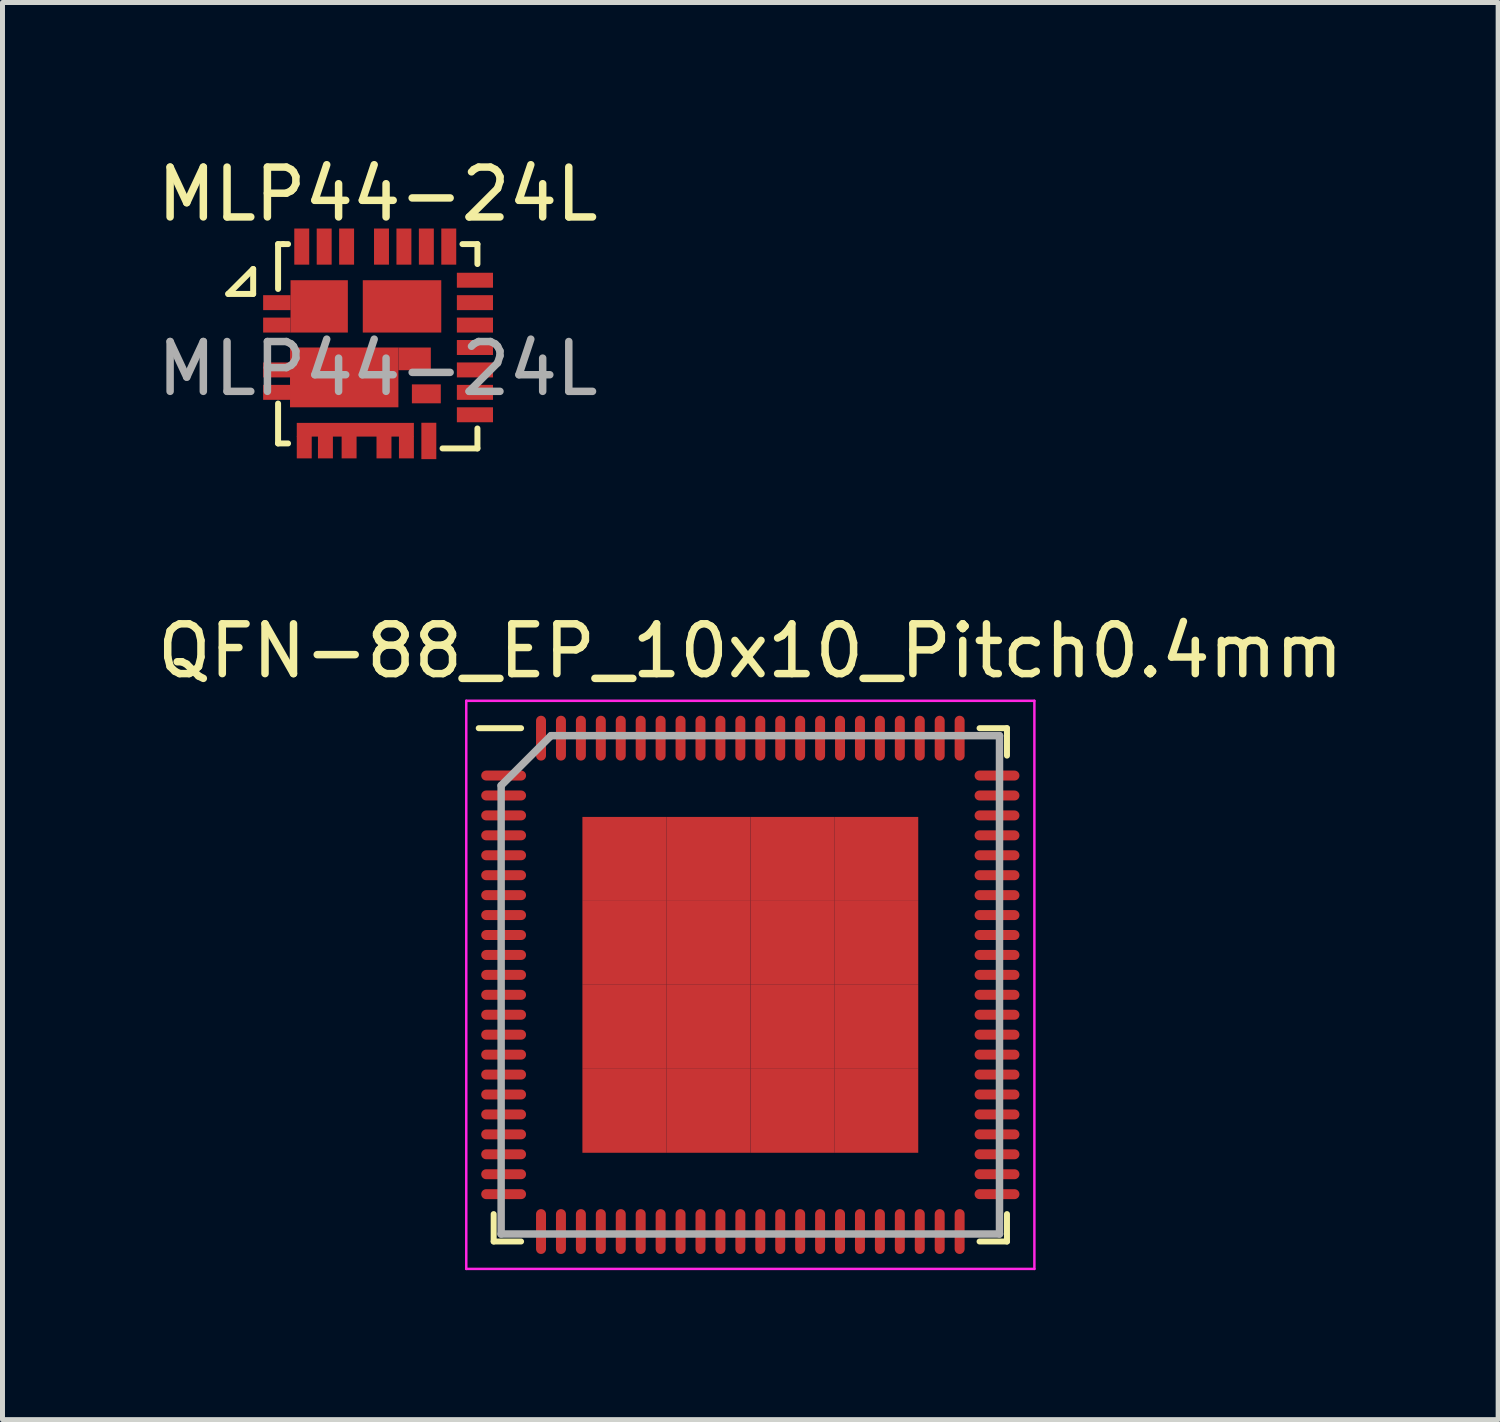
<source format=kicad_pcb>
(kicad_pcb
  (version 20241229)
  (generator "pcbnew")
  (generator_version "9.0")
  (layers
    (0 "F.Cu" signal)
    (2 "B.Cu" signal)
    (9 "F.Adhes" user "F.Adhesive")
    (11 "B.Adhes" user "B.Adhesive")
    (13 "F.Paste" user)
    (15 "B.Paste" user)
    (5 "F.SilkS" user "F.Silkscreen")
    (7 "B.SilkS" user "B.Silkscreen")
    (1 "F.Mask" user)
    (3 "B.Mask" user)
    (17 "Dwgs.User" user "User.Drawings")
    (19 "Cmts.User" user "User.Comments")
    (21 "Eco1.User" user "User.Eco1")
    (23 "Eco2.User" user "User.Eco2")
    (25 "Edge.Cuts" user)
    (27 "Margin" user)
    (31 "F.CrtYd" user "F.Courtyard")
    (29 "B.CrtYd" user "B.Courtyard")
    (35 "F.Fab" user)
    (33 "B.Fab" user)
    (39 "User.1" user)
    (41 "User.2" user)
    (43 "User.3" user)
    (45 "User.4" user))
  (footprint "QFN-88_EP_10x10_Pitch0.4mm"
    (layer "F.Cu")
    (at 12.006 16.712)
    (property "Reference" "QFN-88_EP_10x10_Pitch0.4mm" (at 0 -6.7 0) (layer "F.SilkS") (effects (font (size 1 1) (thickness 0.15))))
    (attr through_hole)
    (fp_line (start -5.15 5.15) (end -5.15 4.6) (stroke (width 0.12) (type solid)) (layer "F.SilkS"))
    (fp_line (start -4.6 -5.15) (end -5.45 -5.15) (stroke (width 0.12) (type solid)) (layer "F.SilkS"))
    (fp_line (start -4.6 5.15) (end -5.15 5.15) (stroke (width 0.12) (type solid)) (layer "F.SilkS"))
    (fp_line (start 4.6 -5.15) (end 5.15 -5.15) (stroke (width 0.12) (type solid)) (layer "F.SilkS"))
    (fp_line (start 4.6 5.15) (end 5.15 5.15) (stroke (width 0.12) (type solid)) (layer "F.SilkS"))
    (fp_line (start 5.15 -5.15) (end 5.15 -4.6) (stroke (width 0.12) (type solid)) (layer "F.SilkS"))
    (fp_line (start 5.15 5.15) (end 5.15 4.6) (stroke (width 0.12) (type solid)) (layer "F.SilkS"))
    (fp_line (start -5.7 -5.7) (end 5.7 -5.7) (stroke (width 0.05) (type solid)) (layer "F.CrtYd"))
    (fp_line (start -5.7 5.7) (end -5.7 -5.7) (stroke (width 0.05) (type solid)) (layer "F.CrtYd"))
    (fp_line (start 5.7 -5.7) (end 5.7 5.7) (stroke (width 0.05) (type solid)) (layer "F.CrtYd"))
    (fp_line (start 5.7 5.7) (end -5.7 5.7) (stroke (width 0.05) (type solid)) (layer "F.CrtYd"))
    (fp_line (start -5 -4) (end -5 5) (stroke (width 0.15) (type solid)) (layer "F.Fab"))
    (fp_line (start -5 5) (end 5 5) (stroke (width 0.15) (type solid)) (layer "F.Fab"))
    (fp_line (start -4 -5) (end -5 -4) (stroke (width 0.15) (type solid)) (layer "F.Fab"))
    (fp_line (start 5 -5) (end -4 -5) (stroke (width 0.15) (type solid)) (layer "F.Fab"))
    (fp_line (start 5 5) (end 5 -5) (stroke (width 0.15) (type solid)) (layer "F.Fab"))
    (pad "1" smd oval (at -4.95 -4.2 90) (size 0.2 0.9) (layers "F.Cu" "F.Mask" "F.Paste"))
    (pad "2" smd oval (at -4.95 -3.8 90) (size 0.2 0.9) (layers "F.Cu" "F.Mask" "F.Paste"))
    (pad "3" smd oval (at -4.95 -3.4 90) (size 0.2 0.9) (layers "F.Cu" "F.Mask" "F.Paste"))
    (pad "4" smd oval (at -4.95 -3 90) (size 0.2 0.9) (layers "F.Cu" "F.Mask" "F.Paste"))
    (pad "5" smd oval (at -4.95 -2.6 90) (size 0.2 0.9) (layers "F.Cu" "F.Mask" "F.Paste"))
    (pad "6" smd oval (at -4.95 -2.2 90) (size 0.2 0.9) (layers "F.Cu" "F.Mask" "F.Paste"))
    (pad "7" smd oval (at -4.95 -1.8 90) (size 0.2 0.9) (layers "F.Cu" "F.Mask" "F.Paste"))
    (pad "8" smd oval (at -4.95 -1.4 90) (size 0.2 0.9) (layers "F.Cu" "F.Mask" "F.Paste"))
    (pad "9" smd oval (at -4.95 -1 90) (size 0.2 0.9) (layers "F.Cu" "F.Mask" "F.Paste"))
    (pad "10" smd oval (at -4.95 -0.6 90) (size 0.2 0.9) (layers "F.Cu" "F.Mask" "F.Paste"))
    (pad "11" smd oval (at -4.95 -0.2 90) (size 0.2 0.9) (layers "F.Cu" "F.Mask" "F.Paste"))
    (pad "12" smd oval (at -4.95 0.2 90) (size 0.2 0.9) (layers "F.Cu" "F.Mask" "F.Paste"))
    (pad "13" smd oval (at -4.95 0.6 90) (size 0.2 0.9) (layers "F.Cu" "F.Mask" "F.Paste"))
    (pad "14" smd oval (at -4.95 1 90) (size 0.2 0.9) (layers "F.Cu" "F.Mask" "F.Paste"))
    (pad "15" smd oval (at -4.95 1.4 90) (size 0.2 0.9) (layers "F.Cu" "F.Mask" "F.Paste"))
    (pad "16" smd oval (at -4.95 1.8 90) (size 0.2 0.9) (layers "F.Cu" "F.Mask" "F.Paste"))
    (pad "17" smd oval (at -4.95 2.2 90) (size 0.2 0.9) (layers "F.Cu" "F.Mask" "F.Paste"))
    (pad "18" smd oval (at -4.95 2.6 90) (size 0.2 0.9) (layers "F.Cu" "F.Mask" "F.Paste"))
    (pad "19" smd oval (at -4.95 3 90) (size 0.2 0.9) (layers "F.Cu" "F.Mask" "F.Paste"))
    (pad "20" smd oval (at -4.95 3.4 90) (size 0.2 0.9) (layers "F.Cu" "F.Mask" "F.Paste"))
    (pad "21" smd oval (at -4.95 3.8 90) (size 0.2 0.9) (layers "F.Cu" "F.Mask" "F.Paste"))
    (pad "22" smd oval (at -4.95 4.2 90) (size 0.2 0.9) (layers "F.Cu" "F.Mask" "F.Paste"))
    (pad "23" smd oval (at -4.2 4.95) (size 0.2 0.9) (layers "F.Cu" "F.Mask" "F.Paste"))
    (pad "24" smd oval (at -3.8 4.95) (size 0.2 0.9) (layers "F.Cu" "F.Mask" "F.Paste"))
    (pad "25" smd oval (at -3.4 4.95) (size 0.2 0.9) (layers "F.Cu" "F.Mask" "F.Paste"))
    (pad "26" smd oval (at -3 4.95) (size 0.2 0.9) (layers "F.Cu" "F.Mask" "F.Paste"))
    (pad "27" smd oval (at -2.6 4.95) (size 0.2 0.9) (layers "F.Cu" "F.Mask" "F.Paste"))
    (pad "28" smd oval (at -2.2 4.95) (size 0.2 0.9) (layers "F.Cu" "F.Mask" "F.Paste"))
    (pad "29" smd oval (at -1.8 4.95) (size 0.2 0.9) (layers "F.Cu" "F.Mask" "F.Paste"))
    (pad "30" smd oval (at -1.4 4.95) (size 0.2 0.9) (layers "F.Cu" "F.Mask" "F.Paste"))
    (pad "31" smd oval (at -1 4.95) (size 0.2 0.9) (layers "F.Cu" "F.Mask" "F.Paste"))
    (pad "32" smd oval (at -0.6 4.95) (size 0.2 0.9) (layers "F.Cu" "F.Mask" "F.Paste"))
    (pad "33" smd oval (at -0.2 4.95) (size 0.2 0.9) (layers "F.Cu" "F.Mask" "F.Paste"))
    (pad "34" smd oval (at 0.2 4.95) (size 0.2 0.9) (layers "F.Cu" "F.Mask" "F.Paste"))
    (pad "35" smd oval (at 0.6 4.95) (size 0.2 0.9) (layers "F.Cu" "F.Mask" "F.Paste"))
    (pad "36" smd oval (at 1 4.95) (size 0.2 0.9) (layers "F.Cu" "F.Mask" "F.Paste"))
    (pad "37" smd oval (at 1.4 4.95) (size 0.2 0.9) (layers "F.Cu" "F.Mask" "F.Paste"))
    (pad "38" smd oval (at 1.8 4.95) (size 0.2 0.9) (layers "F.Cu" "F.Mask" "F.Paste"))
    (pad "39" smd oval (at 2.2 4.95) (size 0.2 0.9) (layers "F.Cu" "F.Mask" "F.Paste"))
    (pad "40" smd oval (at 2.6 4.95) (size 0.2 0.9) (layers "F.Cu" "F.Mask" "F.Paste"))
    (pad "41" smd oval (at 3 4.95) (size 0.2 0.9) (layers "F.Cu" "F.Mask" "F.Paste"))
    (pad "42" smd oval (at 3.4 4.95) (size 0.2 0.9) (layers "F.Cu" "F.Mask" "F.Paste"))
    (pad "43" smd oval (at 3.8 4.95) (size 0.2 0.9) (layers "F.Cu" "F.Mask" "F.Paste"))
    (pad "44" smd oval (at 4.2 4.95) (size 0.2 0.9) (layers "F.Cu" "F.Mask" "F.Paste"))
    (pad "45" smd oval (at 4.95 4.2 90) (size 0.2 0.9) (layers "F.Cu" "F.Mask" "F.Paste"))
    (pad "46" smd oval (at 4.95 3.8 90) (size 0.2 0.9) (layers "F.Cu" "F.Mask" "F.Paste"))
    (pad "47" smd oval (at 4.95 3.4 90) (size 0.2 0.9) (layers "F.Cu" "F.Mask" "F.Paste"))
    (pad "48" smd oval (at 4.95 3 90) (size 0.2 0.9) (layers "F.Cu" "F.Mask" "F.Paste"))
    (pad "49" smd oval (at 4.95 2.6 90) (size 0.2 0.9) (layers "F.Cu" "F.Mask" "F.Paste"))
    (pad "50" smd oval (at 4.95 2.2 90) (size 0.2 0.9) (layers "F.Cu" "F.Mask" "F.Paste"))
    (pad "51" smd oval (at 4.95 1.8 90) (size 0.2 0.9) (layers "F.Cu" "F.Mask" "F.Paste"))
    (pad "52" smd oval (at 4.95 1.4 90) (size 0.2 0.9) (layers "F.Cu" "F.Mask" "F.Paste"))
    (pad "53" smd oval (at 4.95 1 90) (size 0.2 0.9) (layers "F.Cu" "F.Mask" "F.Paste"))
    (pad "54" smd oval (at 4.95 0.6 90) (size 0.2 0.9) (layers "F.Cu" "F.Mask" "F.Paste"))
    (pad "55" smd oval (at 4.95 0.2 90) (size 0.2 0.9) (layers "F.Cu" "F.Mask" "F.Paste"))
    (pad "56" smd oval (at 4.95 -0.2 90) (size 0.2 0.9) (layers "F.Cu" "F.Mask" "F.Paste"))
    (pad "57" smd oval (at 4.95 -0.6 90) (size 0.2 0.9) (layers "F.Cu" "F.Mask" "F.Paste"))
    (pad "58" smd oval (at 4.95 -1 90) (size 0.2 0.9) (layers "F.Cu" "F.Mask" "F.Paste"))
    (pad "59" smd oval (at 4.95 -1.4 90) (size 0.2 0.9) (layers "F.Cu" "F.Mask" "F.Paste"))
    (pad "60" smd oval (at 4.95 -1.8 90) (size 0.2 0.9) (layers "F.Cu" "F.Mask" "F.Paste"))
    (pad "61" smd oval (at 4.95 -2.2 90) (size 0.2 0.9) (layers "F.Cu" "F.Mask" "F.Paste"))
    (pad "62" smd oval (at 4.95 -2.6 90) (size 0.2 0.9) (layers "F.Cu" "F.Mask" "F.Paste"))
    (pad "63" smd oval (at 4.95 -3 90) (size 0.2 0.9) (layers "F.Cu" "F.Mask" "F.Paste"))
    (pad "64" smd oval (at 4.95 -3.4 90) (size 0.2 0.9) (layers "F.Cu" "F.Mask" "F.Paste"))
    (pad "65" smd oval (at 4.95 -3.8 90) (size 0.2 0.9) (layers "F.Cu" "F.Mask" "F.Paste"))
    (pad "66" smd oval (at 4.95 -4.2 90) (size 0.2 0.9) (layers "F.Cu" "F.Mask" "F.Paste"))
    (pad "67" smd oval (at 4.2 -4.95) (size 0.2 0.9) (layers "F.Cu" "F.Mask" "F.Paste"))
    (pad "68" smd oval (at 3.8 -4.95) (size 0.2 0.9) (layers "F.Cu" "F.Mask" "F.Paste"))
    (pad "69" smd oval (at 3.4 -4.95) (size 0.2 0.9) (layers "F.Cu" "F.Mask" "F.Paste"))
    (pad "70" smd oval (at 3 -4.95) (size 0.2 0.9) (layers "F.Cu" "F.Mask" "F.Paste"))
    (pad "71" smd oval (at 2.6 -4.95) (size 0.2 0.9) (layers "F.Cu" "F.Mask" "F.Paste"))
    (pad "72" smd oval (at 2.2 -4.95) (size 0.2 0.9) (layers "F.Cu" "F.Mask" "F.Paste"))
    (pad "73" smd oval (at 1.8 -4.95) (size 0.2 0.9) (layers "F.Cu" "F.Mask" "F.Paste"))
    (pad "74" smd oval (at 1.4 -4.95) (size 0.2 0.9) (layers "F.Cu" "F.Mask" "F.Paste"))
    (pad "75" smd oval (at 1 -4.95) (size 0.2 0.9) (layers "F.Cu" "F.Mask" "F.Paste"))
    (pad "76" smd oval (at 0.6 -4.95) (size 0.2 0.9) (layers "F.Cu" "F.Mask" "F.Paste"))
    (pad "77" smd oval (at 0.2 -4.95) (size 0.2 0.9) (layers "F.Cu" "F.Mask" "F.Paste"))
    (pad "78" smd oval (at -0.2 -4.95) (size 0.2 0.9) (layers "F.Cu" "F.Mask" "F.Paste"))
    (pad "79" smd oval (at -0.6 -4.95) (size 0.2 0.9) (layers "F.Cu" "F.Mask" "F.Paste"))
    (pad "80" smd oval (at -1 -4.95) (size 0.2 0.9) (layers "F.Cu" "F.Mask" "F.Paste"))
    (pad "81" smd oval (at -1.4 -4.95) (size 0.2 0.9) (layers "F.Cu" "F.Mask" "F.Paste"))
    (pad "82" smd oval (at -1.8 -4.95) (size 0.2 0.9) (layers "F.Cu" "F.Mask" "F.Paste"))
    (pad "83" smd oval (at -2.2 -4.95) (size 0.2 0.9) (layers "F.Cu" "F.Mask" "F.Paste"))
    (pad "84" smd oval (at -2.6 -4.95) (size 0.2 0.9) (layers "F.Cu" "F.Mask" "F.Paste"))
    (pad "85" smd oval (at -3 -4.95) (size 0.2 0.9) (layers "F.Cu" "F.Mask" "F.Paste"))
    (pad "86" smd oval (at -3.4 -4.95) (size 0.2 0.9) (layers "F.Cu" "F.Mask" "F.Paste"))
    (pad "87" smd oval (at -3.8 -4.95) (size 0.2 0.9) (layers "F.Cu" "F.Mask" "F.Paste"))
    (pad "88" smd oval (at -4.2 -4.95) (size 0.2 0.9) (layers "F.Cu" "F.Mask" "F.Paste"))
    (pad "89" smd rect (at -2.527 -2.527) (size 1.685 1.685) (layers "F.Cu" "F.Mask" "F.Paste"))
    (pad "89" smd rect (at -2.527 -0.843) (size 1.685 1.685) (layers "F.Cu" "F.Mask" "F.Paste"))
    (pad "89" smd rect (at -2.527 0.843) (size 1.685 1.685) (layers "F.Cu" "F.Mask" "F.Paste"))
    (pad "89" smd rect (at -2.527 2.527) (size 1.685 1.685) (layers "F.Cu" "F.Mask" "F.Paste"))
    (pad "89" smd rect (at -0.843 -2.527) (size 1.685 1.685) (layers "F.Cu" "F.Mask" "F.Paste"))
    (pad "89" smd rect (at -0.843 -0.843) (size 1.685 1.685) (layers "F.Cu" "F.Mask" "F.Paste"))
    (pad "89" smd rect (at -0.843 0.843) (size 1.685 1.685) (layers "F.Cu" "F.Mask" "F.Paste"))
    (pad "89" smd rect (at -0.843 2.527) (size 1.685 1.685) (layers "F.Cu" "F.Mask" "F.Paste"))
    (pad "89" smd rect (at 0.843 -2.527) (size 1.685 1.685) (layers "F.Cu" "F.Mask" "F.Paste"))
    (pad "89" smd rect (at 0.843 -0.843) (size 1.685 1.685) (layers "F.Cu" "F.Mask" "F.Paste"))
    (pad "89" smd rect (at 0.843 0.843) (size 1.685 1.685) (layers "F.Cu" "F.Mask" "F.Paste"))
    (pad "89" smd rect (at 0.843 2.527) (size 1.685 1.685) (layers "F.Cu" "F.Mask" "F.Paste"))
    (pad "89" smd rect (at 2.527 -2.527) (size 1.685 1.685) (layers "F.Cu" "F.Mask" "F.Paste"))
    (pad "89" smd rect (at 2.527 -0.843) (size 1.685 1.685) (layers "F.Cu" "F.Mask" "F.Paste"))
    (pad "89" smd rect (at 2.527 0.843) (size 1.685 1.685) (layers "F.Cu" "F.Mask" "F.Paste"))
    (pad "89" smd rect (at 2.527 2.527) (size 1.685 1.685) (layers "F.Cu" "F.Mask" "F.Paste")))
  (footprint "MLP44-24L"
    (layer "F.Cu")
    (at 2.53 1.848)
    (property "Reference" "MLP44-24L" (at 2 -1 0) (unlocked yes) (layer "F.SilkS") (effects (font (size 1 1) (thickness 0.15))))
    (attr smd)
    (fp_line (start -1 1) (end -0.5 0.5) (stroke (width 0.12) (type solid)) (layer "F.SilkS"))
    (fp_line (start -0.5 1) (end -1 1) (stroke (width 0.12) (type solid)) (layer "F.SilkS"))
    (fp_line (start -0.5 1) (end -0.5 0.5) (stroke (width 0.12) (type solid)) (layer "F.SilkS"))
    (fp_line (start 0 0) (end 0.1 0) (stroke (width 0.12) (type solid)) (layer "F.SilkS"))
    (fp_line (start 0 0.9) (end 0 0) (stroke (width 0.12) (type solid)) (layer "F.SilkS"))
    (fp_line (start 0 3.2) (end 0 4) (stroke (width 0.12) (type solid)) (layer "F.SilkS"))
    (fp_line (start 0 4) (end 0.2 4) (stroke (width 0.12) (type solid)) (layer "F.SilkS"))
    (fp_line (start 0.2 0) (end 0.1 0) (stroke (width 0.12) (type solid)) (layer "F.SilkS"))
    (fp_line (start 3.3 4.1) (end 4 4.1) (stroke (width 0.12) (type solid)) (layer "F.SilkS"))
    (fp_line (start 4 0) (end 3.7 0) (stroke (width 0.12) (type solid)) (layer "F.SilkS"))
    (fp_line (start 4 0.4) (end 4 0) (stroke (width 0.12) (type solid)) (layer "F.SilkS"))
    (fp_line (start 4 4.1) (end 4 3.7) (stroke (width 0.12) (type solid)) (layer "F.SilkS"))
    (fp_text user "${REFERENCE}" (at 2 2.5 0) (unlocked yes) (layer "F.Fab") (effects (font (size 1 1) (thickness 0.15))))
    (pad "1" smd rect (at -0.025 1.175) (size 0.55 0.3) (layers "F.Cu" "F.Mask" "F.Paste"))
    (pad "2" smd rect (at -0.025 1.625) (size 0.55 0.3) (layers "F.Cu" "F.Mask" "F.Paste"))
    (pad "3" smd rect (at -0.025 2.525) (size 0.55 0.3) (layers "F.Cu" "F.Mask" "F.Paste"))
    (pad "4" smd rect (at -0.025 2.975) (size 0.55 0.3) (layers "F.Cu" "F.Mask" "F.Paste"))
    (pad "5" smd rect (at 0.525 4.075 90) (size 0.45 0.3) (layers "F.Cu" "F.Mask" "F.Paste"))
    (pad "5" smd custom (at 1.55 3.725 180) (size 2.35 0.275) (layers "F.Cu" "F.Mask" "F.Paste") (options (anchor rect)) (primitives))
    (pad "6" smd rect (at 0.95 4.075 90) (size 0.45 0.3) (layers "F.Cu" "F.Mask" "F.Paste"))
    (pad "7" smd rect (at 1.425 4.075 90) (size 0.45 0.3) (layers "F.Cu" "F.Mask" "F.Paste"))
    (pad "8" smd rect (at 2.125 4.075 90) (size 0.45 0.3) (layers "F.Cu" "F.Mask" "F.Paste"))
    (pad "9" smd rect (at 2.575 4.075 90) (size 0.45 0.3) (layers "F.Cu" "F.Mask" "F.Paste"))
    (pad "10" smd rect (at 3.025 3.95 90) (size 0.73 0.3) (layers "F.Cu" "F.Mask" "F.Paste"))
    (pad "11" smd custom (at 3.95 3.425) (size 0.725 0.3) (layers "F.Cu" "F.Mask" "F.Paste") (options (anchor rect)) (primitives))
    (pad "12" smd custom (at 3.95 2.975) (size 0.725 0.3) (layers "F.Cu" "F.Mask" "F.Paste") (options (anchor rect)) (primitives))
    (pad "13" smd custom (at 3.95 2.525) (size 0.725 0.3) (layers "F.Cu" "F.Mask" "F.Paste") (options (anchor rect)) (primitives))
    (pad "14" smd custom (at 3.95 2.075) (size 0.725 0.3) (layers "F.Cu" "F.Mask" "F.Paste") (options (anchor rect)) (primitives))
    (pad "15" smd custom (at 3.95 1.625) (size 0.725 0.3) (layers "F.Cu" "F.Mask" "F.Paste") (options (anchor rect)) (primitives))
    (pad "16" smd custom (at 3.95 1.175) (size 0.725 0.3) (layers "F.Cu" "F.Mask" "F.Paste") (options (anchor rect)) (primitives))
    (pad "17" smd custom (at 3.95 0.725) (size 0.725 0.3) (layers "F.Cu" "F.Mask" "F.Paste") (options (anchor rect)) (primitives))
    (pad "18" smd custom (at 3.425 0.05 90) (size 0.725 0.3) (layers "F.Cu" "F.Mask" "F.Paste") (options (anchor rect)) (primitives))
    (pad "19" smd custom (at 2.975 0.05 90) (size 0.725 0.3) (layers "F.Cu" "F.Mask" "F.Paste") (options (anchor rect)) (primitives))
    (pad "20" smd custom (at 2.525 0.05 90) (size 0.725 0.3) (layers "F.Cu" "F.Mask" "F.Paste") (options (anchor rect)) (primitives))
    (pad "21" smd custom (at 2.075 0.05 90) (size 0.725 0.3) (layers "F.Cu" "F.Mask" "F.Paste") (options (anchor rect)) (primitives))
    (pad "22" smd custom (at 1.375 0.05 90) (size 0.725 0.3) (layers "F.Cu" "F.Mask" "F.Paste") (options (anchor rect)) (primitives))
    (pad "23" smd custom (at 0.925 0.05 90) (size 0.725 0.3) (layers "F.Cu" "F.Mask" "F.Paste") (options (anchor rect)) (primitives))
    (pad "24" smd custom (at 0.475 0.05 90) (size 0.725 0.3) (layers "F.Cu" "F.Mask" "F.Paste") (options (anchor rect)) (primitives))
    (pad "25" smd rect (at 2.487 1.25) (size 1.575 1.05) (layers "F.Cu" "F.Mask" "F.Paste"))
    (pad "26" smd rect (at 0.825 1.25) (size 1.15 1.05) (layers "F.Cu" "F.Mask" "F.Paste"))
    (pad "27" smd custom (at 1.327 2.675) (size 2.175 1.2) (layers "F.Cu" "F.Mask" "F.Paste") (options (anchor rect)) (primitives))
    (pad "27" smd custom (at 2.74 2.303) (size 0.65 0.455) (layers "F.Cu" "F.Mask" "F.Paste") (options (anchor rect)) (primitives))
    (pad "28" smd custom (at 2.975 3.005) (size 0.58 0.38) (layers "F.Cu" "F.Mask" "F.Paste") (options (anchor rect)) (primitives)))
  (gr_rect
    (start -3 -3)
    (end 27.012 25.436)
    (stroke (width 0.1) (type default))
    (fill no)
    (layer "Edge.Cuts")))
</source>
